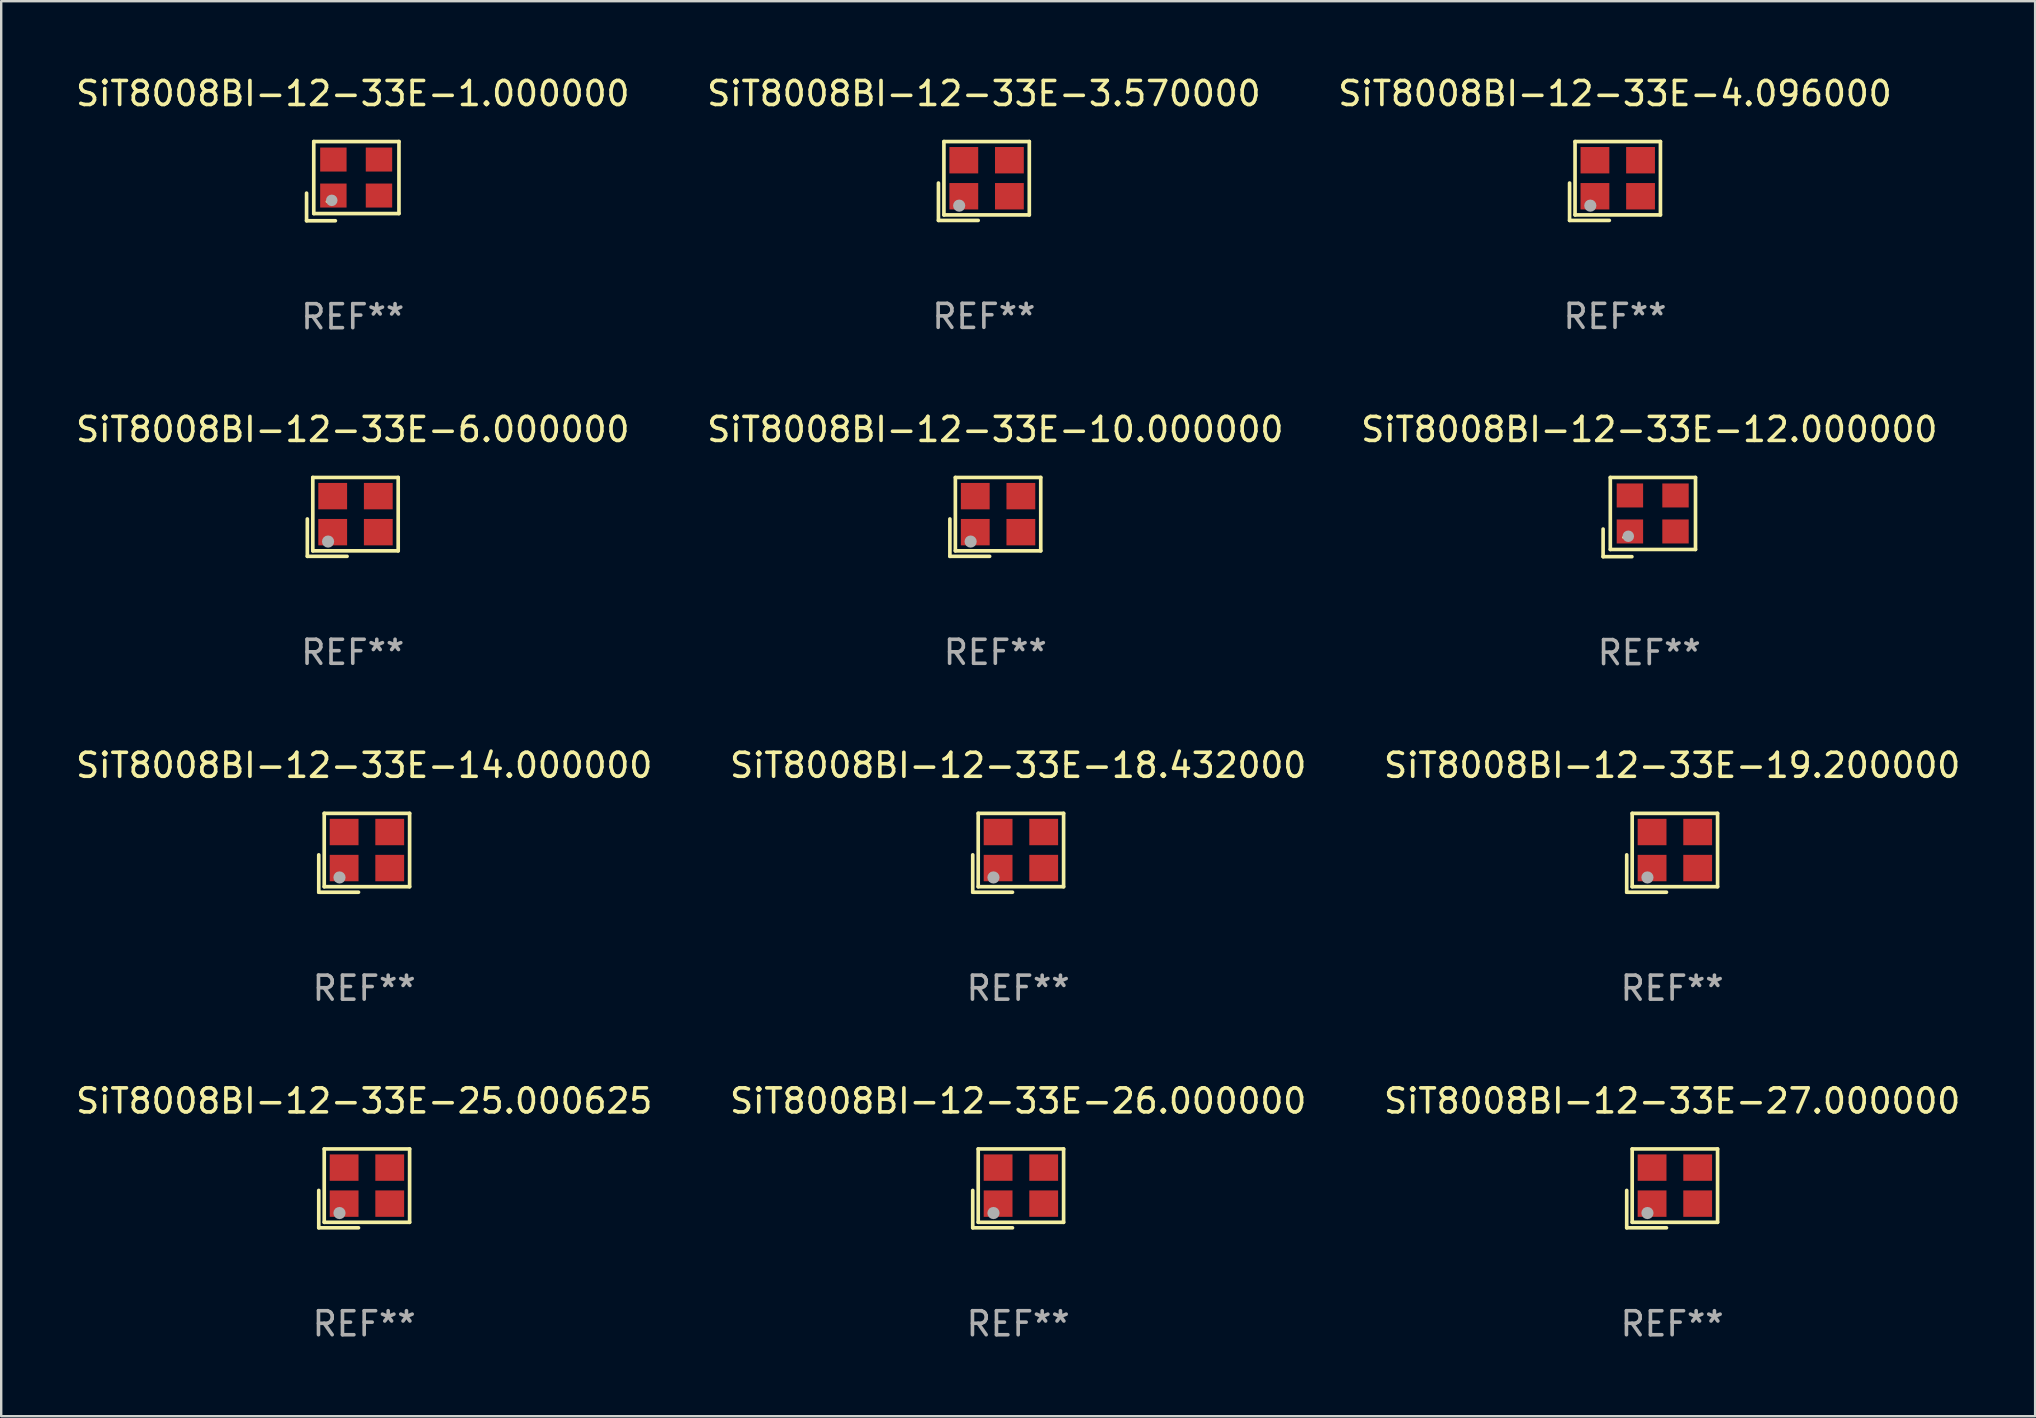
<source format=kicad_pcb>
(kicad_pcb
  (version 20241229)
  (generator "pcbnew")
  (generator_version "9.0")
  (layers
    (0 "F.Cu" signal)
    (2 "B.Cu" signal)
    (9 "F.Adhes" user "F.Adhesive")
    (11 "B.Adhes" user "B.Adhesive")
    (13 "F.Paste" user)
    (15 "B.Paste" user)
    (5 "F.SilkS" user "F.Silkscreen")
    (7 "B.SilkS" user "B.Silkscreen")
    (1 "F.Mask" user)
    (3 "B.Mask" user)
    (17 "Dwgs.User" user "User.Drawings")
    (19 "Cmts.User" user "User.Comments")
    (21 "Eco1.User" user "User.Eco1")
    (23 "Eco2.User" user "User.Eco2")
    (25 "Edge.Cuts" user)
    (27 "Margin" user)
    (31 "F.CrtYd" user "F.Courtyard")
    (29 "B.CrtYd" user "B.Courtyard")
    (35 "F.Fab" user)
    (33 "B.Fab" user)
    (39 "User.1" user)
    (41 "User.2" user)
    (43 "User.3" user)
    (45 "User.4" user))
  (footprint "SiT8008BI-12-33E-14.000000"
    (layer "F.Cu")
    (at 12.125 32.484)
    (property "Reference" "SiT8008BI-12-33E-14.000000" (at 0 -3.643 0) (layer "F.SilkS") (effects (font (size 1 1) (thickness 0.15))))
    (attr through_hole)
    (fp_line (start -1.893 0.086) (end -1.893 1.643) (stroke (width 0.152) (type solid)) (layer "F.SilkS"))
    (fp_line (start -1.893 1.643) (end -0.237 1.643) (stroke (width 0.152) (type solid)) (layer "F.SilkS"))
    (fp_line (start -1.665 -1.643) (end 1.893 -1.643) (stroke (width 0.152) (type solid)) (layer "F.SilkS"))
    (fp_line (start -1.665 1.414) (end -1.665 -1.643) (stroke (width 0.152) (type solid)) (layer "F.SilkS"))
    (fp_line (start 1.893 -1.643) (end 1.893 1.414) (stroke (width 0.152) (type solid)) (layer "F.SilkS"))
    (fp_line (start 1.893 1.414) (end -1.665 1.414) (stroke (width 0.152) (type solid)) (layer "F.SilkS"))
    (fp_circle (center -1.136 0.885) (end -1.106 0.885) (stroke (width 0.06) (type solid)) (fill no) (layer "F.SilkS"))
    (fp_circle (center -1.029 1.028) (end -0.902 1.028) (stroke (width 0.254) (type solid)) (fill no) (layer "F.Fab"))
    (fp_text user "REF**" (at 0 5.643 0) (layer "F.Fab") (effects (font (size 1 1) (thickness 0.15))))
    (pad "1" smd rect (at -0.836 0.636) (size 1.2 1.1) (layers "F.Cu" "F.Mask" "F.Paste"))
    (pad "2" smd rect (at 1.064 0.636) (size 1.2 1.1) (layers "F.Cu" "F.Mask" "F.Paste"))
    (pad "3" smd rect (at 1.064 -0.865) (size 1.2 1.1) (layers "F.Cu" "F.Mask" "F.Paste"))
    (pad "4" smd rect (at -0.836 -0.865) (size 1.2 1.1) (layers "F.Cu" "F.Mask" "F.Paste")))
  (footprint "SiT8008BI-12-33E-6.000000"
    (layer "F.Cu")
    (at 11.649 18.488)
    (property "Reference" "SiT8008BI-12-33E-6.000000" (at 0 -3.643 0) (layer "F.SilkS") (effects (font (size 1 1) (thickness 0.15))))
    (attr through_hole)
    (fp_line (start -1.893 0.086) (end -1.893 1.643) (stroke (width 0.152) (type solid)) (layer "F.SilkS"))
    (fp_line (start -1.893 1.643) (end -0.237 1.643) (stroke (width 0.152) (type solid)) (layer "F.SilkS"))
    (fp_line (start -1.665 -1.643) (end 1.893 -1.643) (stroke (width 0.152) (type solid)) (layer "F.SilkS"))
    (fp_line (start -1.665 1.414) (end -1.665 -1.643) (stroke (width 0.152) (type solid)) (layer "F.SilkS"))
    (fp_line (start 1.893 -1.643) (end 1.893 1.414) (stroke (width 0.152) (type solid)) (layer "F.SilkS"))
    (fp_line (start 1.893 1.414) (end -1.665 1.414) (stroke (width 0.152) (type solid)) (layer "F.SilkS"))
    (fp_circle (center -1.136 0.885) (end -1.106 0.885) (stroke (width 0.06) (type solid)) (fill no) (layer "F.SilkS"))
    (fp_circle (center -1.029 1.028) (end -0.902 1.028) (stroke (width 0.254) (type solid)) (fill no) (layer "F.Fab"))
    (fp_text user "REF**" (at 0 5.643 0) (layer "F.Fab") (effects (font (size 1 1) (thickness 0.15))))
    (pad "1" smd rect (at -0.836 0.636) (size 1.2 1.1) (layers "F.Cu" "F.Mask" "F.Paste"))
    (pad "2" smd rect (at 1.064 0.636) (size 1.2 1.1) (layers "F.Cu" "F.Mask" "F.Paste"))
    (pad "3" smd rect (at 1.064 -0.865) (size 1.2 1.1) (layers "F.Cu" "F.Mask" "F.Paste"))
    (pad "4" smd rect (at -0.836 -0.865) (size 1.2 1.1) (layers "F.Cu" "F.Mask" "F.Paste")))
  (footprint "SiT8008BI-12-33E-1.000000"
    (layer "F.Cu")
    (at 11.649 4.498)
    (property "Reference" "SiT8008BI-12-33E-1.000000" (at 0 -3.65 0) (layer "F.SilkS") (effects (font (size 1 1) (thickness 0.15))))
    (attr through_hole)
    (fp_line (start -1.925 0.5) (end -1.925 1.65) (stroke (width 0.152) (type solid)) (layer "F.SilkS"))
    (fp_line (start -1.925 1.65) (end -0.725 1.65) (stroke (width 0.152) (type solid)) (layer "F.SilkS"))
    (fp_line (start -1.625 -1.65) (end -1.625 1.35) (stroke (width 0.152) (type solid)) (layer "F.SilkS"))
    (fp_line (start -1.625 1.35) (end 1.925 1.35) (stroke (width 0.152) (type solid)) (layer "F.SilkS"))
    (fp_line (start 1.925 -1.65) (end -1.625 -1.65) (stroke (width 0.152) (type solid)) (layer "F.SilkS"))
    (fp_line (start 1.925 1.35) (end 1.925 -1.65) (stroke (width 0.152) (type solid)) (layer "F.SilkS"))
    (fp_circle (center -1.075 0.85) (end -1.045 0.85) (stroke (width 0.06) (type solid)) (fill no) (layer "F.SilkS"))
    (fp_circle (center -0.875 0.8) (end -0.755 0.8) (stroke (width 0.24) (type solid)) (fill no) (layer "F.Fab"))
    (fp_text user "REF**" (at 0 5.65 0) (layer "F.Fab") (effects (font (size 1 1) (thickness 0.15))))
    (pad "1" smd rect (at -0.808 0.6) (size 1.1 1) (layers "F.Cu" "F.Mask" "F.Paste"))
    (pad "2" smd rect (at 1.092 0.6) (size 1.1 1) (layers "F.Cu" "F.Mask" "F.Paste"))
    (pad "3" smd rect (at 1.092 -0.9) (size 1.1 1) (layers "F.Cu" "F.Mask" "F.Paste"))
    (pad "4" smd rect (at -0.808 -0.9) (size 1.1 1) (layers "F.Cu" "F.Mask" "F.Paste")))
  (footprint "SiT8008BI-12-33E-27.000000"
    (layer "F.Cu")
    (at 66.625 46.467)
    (property "Reference" "SiT8008BI-12-33E-27.000000" (at 0 -3.643 0) (layer "F.SilkS") (effects (font (size 1 1) (thickness 0.15))))
    (attr through_hole)
    (fp_line (start -1.893 0.086) (end -1.893 1.643) (stroke (width 0.152) (type solid)) (layer "F.SilkS"))
    (fp_line (start -1.893 1.643) (end -0.237 1.643) (stroke (width 0.152) (type solid)) (layer "F.SilkS"))
    (fp_line (start -1.665 -1.643) (end 1.893 -1.643) (stroke (width 0.152) (type solid)) (layer "F.SilkS"))
    (fp_line (start -1.665 1.414) (end -1.665 -1.643) (stroke (width 0.152) (type solid)) (layer "F.SilkS"))
    (fp_line (start 1.893 -1.643) (end 1.893 1.414) (stroke (width 0.152) (type solid)) (layer "F.SilkS"))
    (fp_line (start 1.893 1.414) (end -1.665 1.414) (stroke (width 0.152) (type solid)) (layer "F.SilkS"))
    (fp_circle (center -1.136 0.885) (end -1.106 0.885) (stroke (width 0.06) (type solid)) (fill no) (layer "F.SilkS"))
    (fp_circle (center -1.029 1.028) (end -0.902 1.028) (stroke (width 0.254) (type solid)) (fill no) (layer "F.Fab"))
    (fp_text user "REF**" (at 0 5.643 0) (layer "F.Fab") (effects (font (size 1 1) (thickness 0.15))))
    (pad "1" smd rect (at -0.836 0.636) (size 1.2 1.1) (layers "F.Cu" "F.Mask" "F.Paste"))
    (pad "2" smd rect (at 1.064 0.636) (size 1.2 1.1) (layers "F.Cu" "F.Mask" "F.Paste"))
    (pad "3" smd rect (at 1.064 -0.865) (size 1.2 1.1) (layers "F.Cu" "F.Mask" "F.Paste"))
    (pad "4" smd rect (at -0.836 -0.865) (size 1.2 1.1) (layers "F.Cu" "F.Mask" "F.Paste")))
  (footprint "SiT8008BI-12-33E-18.432000"
    (layer "F.Cu")
    (at 39.375 32.484)
    (property "Reference" "SiT8008BI-12-33E-18.432000" (at 0 -3.643 0) (layer "F.SilkS") (effects (font (size 1 1) (thickness 0.15))))
    (attr through_hole)
    (fp_line (start -1.893 0.086) (end -1.893 1.643) (stroke (width 0.152) (type solid)) (layer "F.SilkS"))
    (fp_line (start -1.893 1.643) (end -0.237 1.643) (stroke (width 0.152) (type solid)) (layer "F.SilkS"))
    (fp_line (start -1.665 -1.643) (end 1.893 -1.643) (stroke (width 0.152) (type solid)) (layer "F.SilkS"))
    (fp_line (start -1.665 1.414) (end -1.665 -1.643) (stroke (width 0.152) (type solid)) (layer "F.SilkS"))
    (fp_line (start 1.893 -1.643) (end 1.893 1.414) (stroke (width 0.152) (type solid)) (layer "F.SilkS"))
    (fp_line (start 1.893 1.414) (end -1.665 1.414) (stroke (width 0.152) (type solid)) (layer "F.SilkS"))
    (fp_circle (center -1.136 0.885) (end -1.106 0.885) (stroke (width 0.06) (type solid)) (fill no) (layer "F.SilkS"))
    (fp_circle (center -1.029 1.028) (end -0.902 1.028) (stroke (width 0.254) (type solid)) (fill no) (layer "F.Fab"))
    (fp_text user "REF**" (at 0 5.643 0) (layer "F.Fab") (effects (font (size 1 1) (thickness 0.15))))
    (pad "1" smd rect (at -0.836 0.636) (size 1.2 1.1) (layers "F.Cu" "F.Mask" "F.Paste"))
    (pad "2" smd rect (at 1.064 0.636) (size 1.2 1.1) (layers "F.Cu" "F.Mask" "F.Paste"))
    (pad "3" smd rect (at 1.064 -0.865) (size 1.2 1.1) (layers "F.Cu" "F.Mask" "F.Paste"))
    (pad "4" smd rect (at -0.836 -0.865) (size 1.2 1.1) (layers "F.Cu" "F.Mask" "F.Paste")))
  (footprint "SiT8008BI-12-33E-25.000625"
    (layer "F.Cu")
    (at 12.125 46.467)
    (property "Reference" "SiT8008BI-12-33E-25.000625" (at 0 -3.643 0) (layer "F.SilkS") (effects (font (size 1 1) (thickness 0.15))))
    (attr through_hole)
    (fp_line (start -1.893 0.086) (end -1.893 1.643) (stroke (width 0.152) (type solid)) (layer "F.SilkS"))
    (fp_line (start -1.893 1.643) (end -0.237 1.643) (stroke (width 0.152) (type solid)) (layer "F.SilkS"))
    (fp_line (start -1.665 -1.643) (end 1.893 -1.643) (stroke (width 0.152) (type solid)) (layer "F.SilkS"))
    (fp_line (start -1.665 1.414) (end -1.665 -1.643) (stroke (width 0.152) (type solid)) (layer "F.SilkS"))
    (fp_line (start 1.893 -1.643) (end 1.893 1.414) (stroke (width 0.152) (type solid)) (layer "F.SilkS"))
    (fp_line (start 1.893 1.414) (end -1.665 1.414) (stroke (width 0.152) (type solid)) (layer "F.SilkS"))
    (fp_circle (center -1.136 0.885) (end -1.106 0.885) (stroke (width 0.06) (type solid)) (fill no) (layer "F.SilkS"))
    (fp_circle (center -1.029 1.028) (end -0.902 1.028) (stroke (width 0.254) (type solid)) (fill no) (layer "F.Fab"))
    (fp_text user "REF**" (at 0 5.643 0) (layer "F.Fab") (effects (font (size 1 1) (thickness 0.15))))
    (pad "1" smd rect (at -0.836 0.636) (size 1.2 1.1) (layers "F.Cu" "F.Mask" "F.Paste"))
    (pad "2" smd rect (at 1.064 0.636) (size 1.2 1.1) (layers "F.Cu" "F.Mask" "F.Paste"))
    (pad "3" smd rect (at 1.064 -0.865) (size 1.2 1.1) (layers "F.Cu" "F.Mask" "F.Paste"))
    (pad "4" smd rect (at -0.836 -0.865) (size 1.2 1.1) (layers "F.Cu" "F.Mask" "F.Paste")))
  (footprint "SiT8008BI-12-33E-4.096000"
    (layer "F.Cu")
    (at 64.244 4.491)
    (property "Reference" "SiT8008BI-12-33E-4.096000" (at 0 -3.643 0) (layer "F.SilkS") (effects (font (size 1 1) (thickness 0.15))))
    (attr through_hole)
    (fp_line (start -1.893 0.086) (end -1.893 1.643) (stroke (width 0.152) (type solid)) (layer "F.SilkS"))
    (fp_line (start -1.893 1.643) (end -0.237 1.643) (stroke (width 0.152) (type solid)) (layer "F.SilkS"))
    (fp_line (start -1.665 -1.643) (end 1.893 -1.643) (stroke (width 0.152) (type solid)) (layer "F.SilkS"))
    (fp_line (start -1.665 1.414) (end -1.665 -1.643) (stroke (width 0.152) (type solid)) (layer "F.SilkS"))
    (fp_line (start 1.893 -1.643) (end 1.893 1.414) (stroke (width 0.152) (type solid)) (layer "F.SilkS"))
    (fp_line (start 1.893 1.414) (end -1.665 1.414) (stroke (width 0.152) (type solid)) (layer "F.SilkS"))
    (fp_circle (center -1.136 0.885) (end -1.106 0.885) (stroke (width 0.06) (type solid)) (fill no) (layer "F.SilkS"))
    (fp_circle (center -1.029 1.028) (end -0.902 1.028) (stroke (width 0.254) (type solid)) (fill no) (layer "F.Fab"))
    (fp_text user "REF**" (at 0 5.643 0) (layer "F.Fab") (effects (font (size 1 1) (thickness 0.15))))
    (pad "1" smd rect (at -0.836 0.636) (size 1.2 1.1) (layers "F.Cu" "F.Mask" "F.Paste"))
    (pad "2" smd rect (at 1.064 0.636) (size 1.2 1.1) (layers "F.Cu" "F.Mask" "F.Paste"))
    (pad "3" smd rect (at 1.064 -0.865) (size 1.2 1.1) (layers "F.Cu" "F.Mask" "F.Paste"))
    (pad "4" smd rect (at -0.836 -0.865) (size 1.2 1.1) (layers "F.Cu" "F.Mask" "F.Paste")))
  (footprint "SiT8008BI-12-33E-12.000000"
    (layer "F.Cu")
    (at 65.673 18.495)
    (property "Reference" "SiT8008BI-12-33E-12.000000" (at 0 -3.65 0) (layer "F.SilkS") (effects (font (size 1 1) (thickness 0.15))))
    (attr through_hole)
    (fp_line (start -1.925 0.5) (end -1.925 1.65) (stroke (width 0.152) (type solid)) (layer "F.SilkS"))
    (fp_line (start -1.925 1.65) (end -0.725 1.65) (stroke (width 0.152) (type solid)) (layer "F.SilkS"))
    (fp_line (start -1.625 -1.65) (end -1.625 1.35) (stroke (width 0.152) (type solid)) (layer "F.SilkS"))
    (fp_line (start -1.625 1.35) (end 1.925 1.35) (stroke (width 0.152) (type solid)) (layer "F.SilkS"))
    (fp_line (start 1.925 -1.65) (end -1.625 -1.65) (stroke (width 0.152) (type solid)) (layer "F.SilkS"))
    (fp_line (start 1.925 1.35) (end 1.925 -1.65) (stroke (width 0.152) (type solid)) (layer "F.SilkS"))
    (fp_circle (center -1.075 0.85) (end -1.045 0.85) (stroke (width 0.06) (type solid)) (fill no) (layer "F.SilkS"))
    (fp_circle (center -0.875 0.8) (end -0.755 0.8) (stroke (width 0.24) (type solid)) (fill no) (layer "F.Fab"))
    (fp_text user "REF**" (at 0 5.65 0) (layer "F.Fab") (effects (font (size 1 1) (thickness 0.15))))
    (pad "1" smd rect (at -0.808 0.6) (size 1.1 1) (layers "F.Cu" "F.Mask" "F.Paste"))
    (pad "2" smd rect (at 1.092 0.6) (size 1.1 1) (layers "F.Cu" "F.Mask" "F.Paste"))
    (pad "3" smd rect (at 1.092 -0.9) (size 1.1 1) (layers "F.Cu" "F.Mask" "F.Paste"))
    (pad "4" smd rect (at -0.808 -0.9) (size 1.1 1) (layers "F.Cu" "F.Mask" "F.Paste")))
  (footprint "SiT8008BI-12-33E-19.200000"
    (layer "F.Cu")
    (at 66.625 32.484)
    (property "Reference" "SiT8008BI-12-33E-19.200000" (at 0 -3.643 0) (layer "F.SilkS") (effects (font (size 1 1) (thickness 0.15))))
    (attr through_hole)
    (fp_line (start -1.893 0.086) (end -1.893 1.643) (stroke (width 0.152) (type solid)) (layer "F.SilkS"))
    (fp_line (start -1.893 1.643) (end -0.237 1.643) (stroke (width 0.152) (type solid)) (layer "F.SilkS"))
    (fp_line (start -1.665 -1.643) (end 1.893 -1.643) (stroke (width 0.152) (type solid)) (layer "F.SilkS"))
    (fp_line (start -1.665 1.414) (end -1.665 -1.643) (stroke (width 0.152) (type solid)) (layer "F.SilkS"))
    (fp_line (start 1.893 -1.643) (end 1.893 1.414) (stroke (width 0.152) (type solid)) (layer "F.SilkS"))
    (fp_line (start 1.893 1.414) (end -1.665 1.414) (stroke (width 0.152) (type solid)) (layer "F.SilkS"))
    (fp_circle (center -1.136 0.885) (end -1.106 0.885) (stroke (width 0.06) (type solid)) (fill no) (layer "F.SilkS"))
    (fp_circle (center -1.029 1.028) (end -0.902 1.028) (stroke (width 0.254) (type solid)) (fill no) (layer "F.Fab"))
    (fp_text user "REF**" (at 0 5.643 0) (layer "F.Fab") (effects (font (size 1 1) (thickness 0.15))))
    (pad "1" smd rect (at -0.836 0.636) (size 1.2 1.1) (layers "F.Cu" "F.Mask" "F.Paste"))
    (pad "2" smd rect (at 1.064 0.636) (size 1.2 1.1) (layers "F.Cu" "F.Mask" "F.Paste"))
    (pad "3" smd rect (at 1.064 -0.865) (size 1.2 1.1) (layers "F.Cu" "F.Mask" "F.Paste"))
    (pad "4" smd rect (at -0.836 -0.865) (size 1.2 1.1) (layers "F.Cu" "F.Mask" "F.Paste")))
  (footprint "SiT8008BI-12-33E-3.570000"
    (layer "F.Cu")
    (at 37.946 4.491)
    (property "Reference" "SiT8008BI-12-33E-3.570000" (at 0 -3.643 0) (layer "F.SilkS") (effects (font (size 1 1) (thickness 0.15))))
    (attr through_hole)
    (fp_line (start -1.893 0.086) (end -1.893 1.643) (stroke (width 0.152) (type solid)) (layer "F.SilkS"))
    (fp_line (start -1.893 1.643) (end -0.237 1.643) (stroke (width 0.152) (type solid)) (layer "F.SilkS"))
    (fp_line (start -1.665 -1.643) (end 1.893 -1.643) (stroke (width 0.152) (type solid)) (layer "F.SilkS"))
    (fp_line (start -1.665 1.414) (end -1.665 -1.643) (stroke (width 0.152) (type solid)) (layer "F.SilkS"))
    (fp_line (start 1.893 -1.643) (end 1.893 1.414) (stroke (width 0.152) (type solid)) (layer "F.SilkS"))
    (fp_line (start 1.893 1.414) (end -1.665 1.414) (stroke (width 0.152) (type solid)) (layer "F.SilkS"))
    (fp_circle (center -1.136 0.885) (end -1.106 0.885) (stroke (width 0.06) (type solid)) (fill no) (layer "F.SilkS"))
    (fp_circle (center -1.029 1.028) (end -0.902 1.028) (stroke (width 0.254) (type solid)) (fill no) (layer "F.Fab"))
    (fp_text user "REF**" (at 0 5.643 0) (layer "F.Fab") (effects (font (size 1 1) (thickness 0.15))))
    (pad "1" smd rect (at -0.836 0.636) (size 1.2 1.1) (layers "F.Cu" "F.Mask" "F.Paste"))
    (pad "2" smd rect (at 1.064 0.636) (size 1.2 1.1) (layers "F.Cu" "F.Mask" "F.Paste"))
    (pad "3" smd rect (at 1.064 -0.865) (size 1.2 1.1) (layers "F.Cu" "F.Mask" "F.Paste"))
    (pad "4" smd rect (at -0.836 -0.865) (size 1.2 1.1) (layers "F.Cu" "F.Mask" "F.Paste")))
  (footprint "SiT8008BI-12-33E-10.000000"
    (layer "F.Cu")
    (at 38.423 18.488)
    (property "Reference" "SiT8008BI-12-33E-10.000000" (at 0 -3.643 0) (layer "F.SilkS") (effects (font (size 1 1) (thickness 0.15))))
    (attr through_hole)
    (fp_line (start -1.893 0.086) (end -1.893 1.643) (stroke (width 0.152) (type solid)) (layer "F.SilkS"))
    (fp_line (start -1.893 1.643) (end -0.237 1.643) (stroke (width 0.152) (type solid)) (layer "F.SilkS"))
    (fp_line (start -1.665 -1.643) (end 1.893 -1.643) (stroke (width 0.152) (type solid)) (layer "F.SilkS"))
    (fp_line (start -1.665 1.414) (end -1.665 -1.643) (stroke (width 0.152) (type solid)) (layer "F.SilkS"))
    (fp_line (start 1.893 -1.643) (end 1.893 1.414) (stroke (width 0.152) (type solid)) (layer "F.SilkS"))
    (fp_line (start 1.893 1.414) (end -1.665 1.414) (stroke (width 0.152) (type solid)) (layer "F.SilkS"))
    (fp_circle (center -1.136 0.885) (end -1.106 0.885) (stroke (width 0.06) (type solid)) (fill no) (layer "F.SilkS"))
    (fp_circle (center -1.029 1.028) (end -0.902 1.028) (stroke (width 0.254) (type solid)) (fill no) (layer "F.Fab"))
    (fp_text user "REF**" (at 0 5.643 0) (layer "F.Fab") (effects (font (size 1 1) (thickness 0.15))))
    (pad "1" smd rect (at -0.836 0.636) (size 1.2 1.1) (layers "F.Cu" "F.Mask" "F.Paste"))
    (pad "2" smd rect (at 1.064 0.636) (size 1.2 1.1) (layers "F.Cu" "F.Mask" "F.Paste"))
    (pad "3" smd rect (at 1.064 -0.865) (size 1.2 1.1) (layers "F.Cu" "F.Mask" "F.Paste"))
    (pad "4" smd rect (at -0.836 -0.865) (size 1.2 1.1) (layers "F.Cu" "F.Mask" "F.Paste")))
  (footprint "SiT8008BI-12-33E-26.000000"
    (layer "F.Cu")
    (at 39.375 46.467)
    (property "Reference" "SiT8008BI-12-33E-26.000000" (at 0 -3.643 0) (layer "F.SilkS") (effects (font (size 1 1) (thickness 0.15))))
    (attr through_hole)
    (fp_line (start -1.893 0.086) (end -1.893 1.643) (stroke (width 0.152) (type solid)) (layer "F.SilkS"))
    (fp_line (start -1.893 1.643) (end -0.237 1.643) (stroke (width 0.152) (type solid)) (layer "F.SilkS"))
    (fp_line (start -1.665 -1.643) (end 1.893 -1.643) (stroke (width 0.152) (type solid)) (layer "F.SilkS"))
    (fp_line (start -1.665 1.414) (end -1.665 -1.643) (stroke (width 0.152) (type solid)) (layer "F.SilkS"))
    (fp_line (start 1.893 -1.643) (end 1.893 1.414) (stroke (width 0.152) (type solid)) (layer "F.SilkS"))
    (fp_line (start 1.893 1.414) (end -1.665 1.414) (stroke (width 0.152) (type solid)) (layer "F.SilkS"))
    (fp_circle (center -1.136 0.885) (end -1.106 0.885) (stroke (width 0.06) (type solid)) (fill no) (layer "F.SilkS"))
    (fp_circle (center -1.029 1.028) (end -0.902 1.028) (stroke (width 0.254) (type solid)) (fill no) (layer "F.Fab"))
    (fp_text user "REF**" (at 0 5.643 0) (layer "F.Fab") (effects (font (size 1 1) (thickness 0.15))))
    (pad "1" smd rect (at -0.836 0.636) (size 1.2 1.1) (layers "F.Cu" "F.Mask" "F.Paste"))
    (pad "2" smd rect (at 1.064 0.636) (size 1.2 1.1) (layers "F.Cu" "F.Mask" "F.Paste"))
    (pad "3" smd rect (at 1.064 -0.865) (size 1.2 1.1) (layers "F.Cu" "F.Mask" "F.Paste"))
    (pad "4" smd rect (at -0.836 -0.865) (size 1.2 1.1) (layers "F.Cu" "F.Mask" "F.Paste")))
  (gr_rect
    (start -3 -3)
    (end 81.75 55.959)
    (stroke (width 0.1) (type default))
    (fill no)
    (layer "Edge.Cuts")))
</source>
